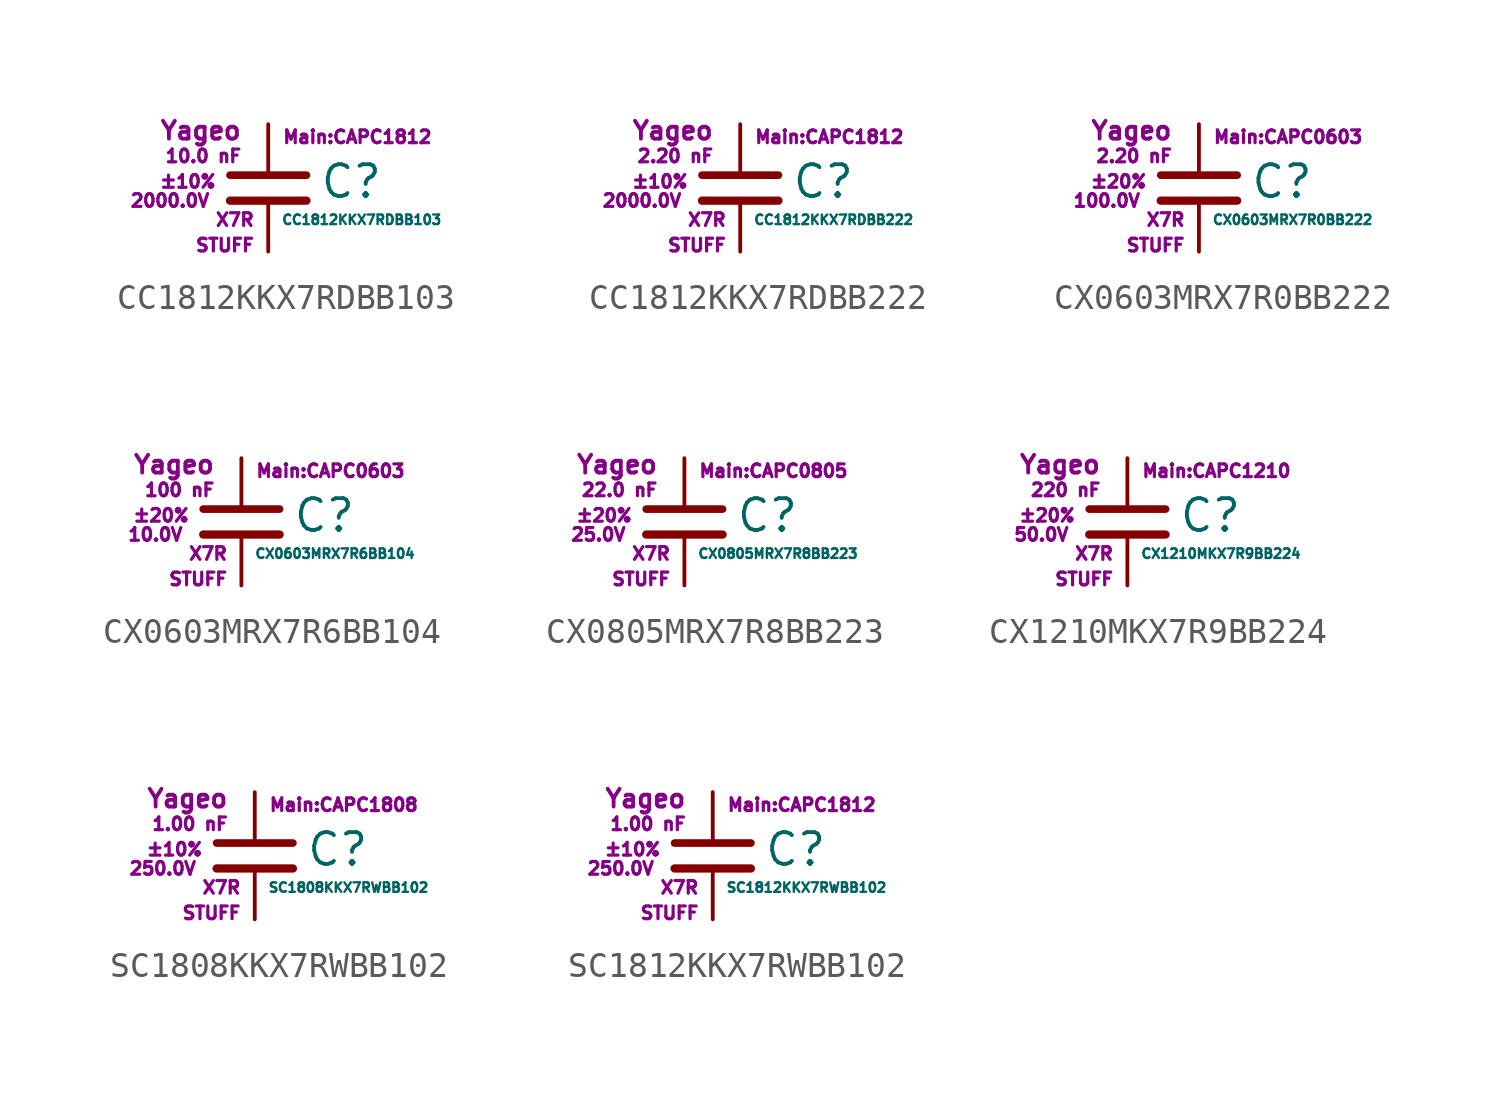
<source format=kicad_sym>
(kicad_symbol_lib
  (version 20211014)
  (generator kicad_symbol_editor)
  (symbol "CC1812KKX7RDBB103"
    (pin_numbers hide)
    (pin_names
      (offset 0.254) hide)
    (property "Reference" "C"
      (at 2.032 0.254 0)
      (effects (font (size 1.27 1.27)) (justify left)))
    (property "Value" "CC1812KKX7RDBB103"
      (at 0.508 -1.27 0)
      (effects (font (size 0.381 0.381)) (justify left)))
    (property "Footprint" "Main:CAPC1812"
      (at 3.556 2.032 0)
      (effects (font (size 0.508 0.508))))
    (property "Datasheet" ""
      (at 0.762 0.508 0)
      (effects (font (size 1.27 1.27))))
    (property "Manufacturer" "Yageo"
      (at -1.016 2.286 0)
      (effects (font (size 0.711 0.711)) (justify right)))
    (property "SKU" "STUFF"
      (at -0.508 -2.286 0)
      (effects (font (size 0.508 0.508)) (justify right)))
    (property "C" "10.0 nF"
      (at -1.016 1.27 0)
      (effects (font (size 0.508 0.508)) (justify right)))
    (property "Tol" "±10%"
      (at -2.032 0.254 0)
      (effects (font (size 0.508 0.508)) (justify right)))
    (property "Vmax" "2000.0V"
      (at -2.286 -0.508 0)
      (effects (font (size 0.508 0.508)) (justify right)))
    (property "Type" "X7R"
      (at -0.508 -1.27 0)
      (effects (font (size 0.508 0.508)) (justify right)))
    (symbol "CC1812KKX7RDBB103_0_1"
      (polyline (pts (xy -1.524 -0.508) (xy 1.524 -0.508)) (stroke (width 0.33) (type default) (color 0 0 0 0)) (fill (type none)))
      (polyline (pts (xy -1.524 0.508) (xy 1.524 0.508)) (stroke (width 0.305) (type default) (color 0 0 0 0)) (fill (type none))))
    (symbol "CC1812KKX7RDBB103_1_1"
      (pin passive line (at 0 2.54 270) (length 1.905) (name "~" (effects (font (size 1.016 1.016)))) (number "1" (effects (font (size 1.016 1.016)))))
      (pin passive line (at 0 -2.54 90) (length 2.032) (name "~" (effects (font (size 1.016 1.016)))) (number "2" (effects (font (size 1.016 1.016)))))))
  (symbol "CC1812KKX7RDBB222"
    (pin_numbers hide)
    (pin_names
      (offset 0.254) hide)
    (property "Reference" "C"
      (at 2.032 0.254 0)
      (effects (font (size 1.27 1.27)) (justify left)))
    (property "Value" "CC1812KKX7RDBB222"
      (at 0.508 -1.27 0)
      (effects (font (size 0.381 0.381)) (justify left)))
    (property "Footprint" "Main:CAPC1812"
      (at 3.556 2.032 0)
      (effects (font (size 0.508 0.508))))
    (property "Datasheet" ""
      (at 0.762 0.508 0)
      (effects (font (size 1.27 1.27))))
    (property "Manufacturer" "Yageo"
      (at -1.016 2.286 0)
      (effects (font (size 0.711 0.711)) (justify right)))
    (property "SKU" "STUFF"
      (at -0.508 -2.286 0)
      (effects (font (size 0.508 0.508)) (justify right)))
    (property "C" "2.20 nF"
      (at -1.016 1.27 0)
      (effects (font (size 0.508 0.508)) (justify right)))
    (property "Tol" "±10%"
      (at -2.032 0.254 0)
      (effects (font (size 0.508 0.508)) (justify right)))
    (property "Vmax" "2000.0V"
      (at -2.286 -0.508 0)
      (effects (font (size 0.508 0.508)) (justify right)))
    (property "Type" "X7R"
      (at -0.508 -1.27 0)
      (effects (font (size 0.508 0.508)) (justify right)))
    (symbol "CC1812KKX7RDBB222_0_1"
      (polyline (pts (xy -1.524 -0.508) (xy 1.524 -0.508)) (stroke (width 0.33) (type default) (color 0 0 0 0)) (fill (type none)))
      (polyline (pts (xy -1.524 0.508) (xy 1.524 0.508)) (stroke (width 0.305) (type default) (color 0 0 0 0)) (fill (type none))))
    (symbol "CC1812KKX7RDBB222_1_1"
      (pin passive line (at 0 2.54 270) (length 1.905) (name "~" (effects (font (size 1.016 1.016)))) (number "1" (effects (font (size 1.016 1.016)))))
      (pin passive line (at 0 -2.54 90) (length 2.032) (name "~" (effects (font (size 1.016 1.016)))) (number "2" (effects (font (size 1.016 1.016)))))))
  (symbol "CX0603MRX7R0BB222"
    (pin_numbers hide)
    (pin_names
      (offset 0.254) hide)
    (property "Reference" "C"
      (at 2.032 0.254 0)
      (effects (font (size 1.27 1.27)) (justify left)))
    (property "Value" "CX0603MRX7R0BB222"
      (at 0.508 -1.27 0)
      (effects (font (size 0.381 0.381)) (justify left)))
    (property "Footprint" "Main:CAPC0603"
      (at 3.556 2.032 0)
      (effects (font (size 0.508 0.508))))
    (property "Datasheet" ""
      (at 0.762 0.508 0)
      (effects (font (size 1.27 1.27))))
    (property "Manufacturer" "Yageo"
      (at -1.016 2.286 0)
      (effects (font (size 0.711 0.711)) (justify right)))
    (property "SKU" "STUFF"
      (at -0.508 -2.286 0)
      (effects (font (size 0.508 0.508)) (justify right)))
    (property "C" "2.20 nF"
      (at -1.016 1.27 0)
      (effects (font (size 0.508 0.508)) (justify right)))
    (property "Tol" "±20%"
      (at -2.032 0.254 0)
      (effects (font (size 0.508 0.508)) (justify right)))
    (property "Vmax" "100.0V"
      (at -2.286 -0.508 0)
      (effects (font (size 0.508 0.508)) (justify right)))
    (property "Type" "X7R"
      (at -0.508 -1.27 0)
      (effects (font (size 0.508 0.508)) (justify right)))
    (symbol "CX0603MRX7R0BB222_0_1"
      (polyline (pts (xy -1.524 -0.508) (xy 1.524 -0.508)) (stroke (width 0.33) (type default) (color 0 0 0 0)) (fill (type none)))
      (polyline (pts (xy -1.524 0.508) (xy 1.524 0.508)) (stroke (width 0.305) (type default) (color 0 0 0 0)) (fill (type none))))
    (symbol "CX0603MRX7R0BB222_1_1"
      (pin passive line (at 0 2.54 270) (length 1.905) (name "~" (effects (font (size 1.016 1.016)))) (number "1" (effects (font (size 1.016 1.016)))))
      (pin passive line (at 0 -2.54 90) (length 2.032) (name "~" (effects (font (size 1.016 1.016)))) (number "2" (effects (font (size 1.016 1.016)))))))
  (symbol "CX0603MRX7R6BB104"
    (pin_numbers hide)
    (pin_names
      (offset 0.254) hide)
    (property "Reference" "C"
      (at 2.032 0.254 0)
      (effects (font (size 1.27 1.27)) (justify left)))
    (property "Value" "CX0603MRX7R6BB104"
      (at 0.508 -1.27 0)
      (effects (font (size 0.381 0.381)) (justify left)))
    (property "Footprint" "Main:CAPC0603"
      (at 3.556 2.032 0)
      (effects (font (size 0.508 0.508))))
    (property "Datasheet" ""
      (at 0.762 0.508 0)
      (effects (font (size 1.27 1.27))))
    (property "Manufacturer" "Yageo"
      (at -1.016 2.286 0)
      (effects (font (size 0.711 0.711)) (justify right)))
    (property "SKU" "STUFF"
      (at -0.508 -2.286 0)
      (effects (font (size 0.508 0.508)) (justify right)))
    (property "C" "100 nF"
      (at -1.016 1.27 0)
      (effects (font (size 0.508 0.508)) (justify right)))
    (property "Tol" "±20%"
      (at -2.032 0.254 0)
      (effects (font (size 0.508 0.508)) (justify right)))
    (property "Vmax" "10.0V"
      (at -2.286 -0.508 0)
      (effects (font (size 0.508 0.508)) (justify right)))
    (property "Type" "X7R"
      (at -0.508 -1.27 0)
      (effects (font (size 0.508 0.508)) (justify right)))
    (symbol "CX0603MRX7R6BB104_0_1"
      (polyline (pts (xy -1.524 -0.508) (xy 1.524 -0.508)) (stroke (width 0.33) (type default) (color 0 0 0 0)) (fill (type none)))
      (polyline (pts (xy -1.524 0.508) (xy 1.524 0.508)) (stroke (width 0.305) (type default) (color 0 0 0 0)) (fill (type none))))
    (symbol "CX0603MRX7R6BB104_1_1"
      (pin passive line (at 0 2.54 270) (length 1.905) (name "~" (effects (font (size 1.016 1.016)))) (number "1" (effects (font (size 1.016 1.016)))))
      (pin passive line (at 0 -2.54 90) (length 2.032) (name "~" (effects (font (size 1.016 1.016)))) (number "2" (effects (font (size 1.016 1.016)))))))
  (symbol "CX0805MRX7R8BB223"
    (pin_numbers hide)
    (pin_names
      (offset 0.254) hide)
    (property "Reference" "C"
      (at 2.032 0.254 0)
      (effects (font (size 1.27 1.27)) (justify left)))
    (property "Value" "CX0805MRX7R8BB223"
      (at 0.508 -1.27 0)
      (effects (font (size 0.381 0.381)) (justify left)))
    (property "Footprint" "Main:CAPC0805"
      (at 3.556 2.032 0)
      (effects (font (size 0.508 0.508))))
    (property "Datasheet" ""
      (at 0.762 0.508 0)
      (effects (font (size 1.27 1.27))))
    (property "Manufacturer" "Yageo"
      (at -1.016 2.286 0)
      (effects (font (size 0.711 0.711)) (justify right)))
    (property "SKU" "STUFF"
      (at -0.508 -2.286 0)
      (effects (font (size 0.508 0.508)) (justify right)))
    (property "C" "22.0 nF"
      (at -1.016 1.27 0)
      (effects (font (size 0.508 0.508)) (justify right)))
    (property "Tol" "±20%"
      (at -2.032 0.254 0)
      (effects (font (size 0.508 0.508)) (justify right)))
    (property "Vmax" "25.0V"
      (at -2.286 -0.508 0)
      (effects (font (size 0.508 0.508)) (justify right)))
    (property "Type" "X7R"
      (at -0.508 -1.27 0)
      (effects (font (size 0.508 0.508)) (justify right)))
    (symbol "CX0805MRX7R8BB223_0_1"
      (polyline (pts (xy -1.524 -0.508) (xy 1.524 -0.508)) (stroke (width 0.33) (type default) (color 0 0 0 0)) (fill (type none)))
      (polyline (pts (xy -1.524 0.508) (xy 1.524 0.508)) (stroke (width 0.305) (type default) (color 0 0 0 0)) (fill (type none))))
    (symbol "CX0805MRX7R8BB223_1_1"
      (pin passive line (at 0 2.54 270) (length 1.905) (name "~" (effects (font (size 1.016 1.016)))) (number "1" (effects (font (size 1.016 1.016)))))
      (pin passive line (at 0 -2.54 90) (length 2.032) (name "~" (effects (font (size 1.016 1.016)))) (number "2" (effects (font (size 1.016 1.016)))))))
  (symbol "CX1210MKX7R9BB224"
    (pin_numbers hide)
    (pin_names
      (offset 0.254) hide)
    (property "Reference" "C"
      (at 2.032 0.254 0)
      (effects (font (size 1.27 1.27)) (justify left)))
    (property "Value" "CX1210MKX7R9BB224"
      (at 0.508 -1.27 0)
      (effects (font (size 0.381 0.381)) (justify left)))
    (property "Footprint" "Main:CAPC1210"
      (at 3.556 2.032 0)
      (effects (font (size 0.508 0.508))))
    (property "Datasheet" ""
      (at 0.762 0.508 0)
      (effects (font (size 1.27 1.27))))
    (property "Manufacturer" "Yageo"
      (at -1.016 2.286 0)
      (effects (font (size 0.711 0.711)) (justify right)))
    (property "SKU" "STUFF"
      (at -0.508 -2.286 0)
      (effects (font (size 0.508 0.508)) (justify right)))
    (property "C" "220 nF"
      (at -1.016 1.27 0)
      (effects (font (size 0.508 0.508)) (justify right)))
    (property "Tol" "±20%"
      (at -2.032 0.254 0)
      (effects (font (size 0.508 0.508)) (justify right)))
    (property "Vmax" "50.0V"
      (at -2.286 -0.508 0)
      (effects (font (size 0.508 0.508)) (justify right)))
    (property "Type" "X7R"
      (at -0.508 -1.27 0)
      (effects (font (size 0.508 0.508)) (justify right)))
    (symbol "CX1210MKX7R9BB224_0_1"
      (polyline (pts (xy -1.524 -0.508) (xy 1.524 -0.508)) (stroke (width 0.33) (type default) (color 0 0 0 0)) (fill (type none)))
      (polyline (pts (xy -1.524 0.508) (xy 1.524 0.508)) (stroke (width 0.305) (type default) (color 0 0 0 0)) (fill (type none))))
    (symbol "CX1210MKX7R9BB224_1_1"
      (pin passive line (at 0 2.54 270) (length 1.905) (name "~" (effects (font (size 1.016 1.016)))) (number "1" (effects (font (size 1.016 1.016)))))
      (pin passive line (at 0 -2.54 90) (length 2.032) (name "~" (effects (font (size 1.016 1.016)))) (number "2" (effects (font (size 1.016 1.016)))))))
  (symbol "SC1808KKX7RWBB102"
    (pin_numbers hide)
    (pin_names
      (offset 0.254) hide)
    (property "Reference" "C"
      (at 2.032 0.254 0)
      (effects (font (size 1.27 1.27)) (justify left)))
    (property "Value" "SC1808KKX7RWBB102"
      (at 0.508 -1.27 0)
      (effects (font (size 0.381 0.381)) (justify left)))
    (property "Footprint" "Main:CAPC1808"
      (at 3.556 2.032 0)
      (effects (font (size 0.508 0.508))))
    (property "Datasheet" ""
      (at 0.762 0.508 0)
      (effects (font (size 1.27 1.27))))
    (property "Manufacturer" "Yageo"
      (at -1.016 2.286 0)
      (effects (font (size 0.711 0.711)) (justify right)))
    (property "SKU" "STUFF"
      (at -0.508 -2.286 0)
      (effects (font (size 0.508 0.508)) (justify right)))
    (property "C" "1.00 nF"
      (at -1.016 1.27 0)
      (effects (font (size 0.508 0.508)) (justify right)))
    (property "Tol" "±10%"
      (at -2.032 0.254 0)
      (effects (font (size 0.508 0.508)) (justify right)))
    (property "Vmax" "250.0V"
      (at -2.286 -0.508 0)
      (effects (font (size 0.508 0.508)) (justify right)))
    (property "Type" "X7R"
      (at -0.508 -1.27 0)
      (effects (font (size 0.508 0.508)) (justify right)))
    (symbol "SC1808KKX7RWBB102_0_1"
      (polyline (pts (xy -1.524 -0.508) (xy 1.524 -0.508)) (stroke (width 0.33) (type default) (color 0 0 0 0)) (fill (type none)))
      (polyline (pts (xy -1.524 0.508) (xy 1.524 0.508)) (stroke (width 0.305) (type default) (color 0 0 0 0)) (fill (type none))))
    (symbol "SC1808KKX7RWBB102_1_1"
      (pin passive line (at 0 2.54 270) (length 1.905) (name "~" (effects (font (size 1.016 1.016)))) (number "1" (effects (font (size 1.016 1.016)))))
      (pin passive line (at 0 -2.54 90) (length 2.032) (name "~" (effects (font (size 1.016 1.016)))) (number "2" (effects (font (size 1.016 1.016)))))))
  (symbol "SC1812KKX7RWBB102"
    (pin_numbers hide)
    (pin_names
      (offset 0.254) hide)
    (property "Reference" "C"
      (at 2.032 0.254 0)
      (effects (font (size 1.27 1.27)) (justify left)))
    (property "Value" "SC1812KKX7RWBB102"
      (at 0.508 -1.27 0)
      (effects (font (size 0.381 0.381)) (justify left)))
    (property "Footprint" "Main:CAPC1812"
      (at 3.556 2.032 0)
      (effects (font (size 0.508 0.508))))
    (property "Datasheet" ""
      (at 0.762 0.508 0)
      (effects (font (size 1.27 1.27))))
    (property "Manufacturer" "Yageo"
      (at -1.016 2.286 0)
      (effects (font (size 0.711 0.711)) (justify right)))
    (property "SKU" "STUFF"
      (at -0.508 -2.286 0)
      (effects (font (size 0.508 0.508)) (justify right)))
    (property "C" "1.00 nF"
      (at -1.016 1.27 0)
      (effects (font (size 0.508 0.508)) (justify right)))
    (property "Tol" "±10%"
      (at -2.032 0.254 0)
      (effects (font (size 0.508 0.508)) (justify right)))
    (property "Vmax" "250.0V"
      (at -2.286 -0.508 0)
      (effects (font (size 0.508 0.508)) (justify right)))
    (property "Type" "X7R"
      (at -0.508 -1.27 0)
      (effects (font (size 0.508 0.508)) (justify right)))
    (symbol "SC1812KKX7RWBB102_0_1"
      (polyline (pts (xy -1.524 -0.508) (xy 1.524 -0.508)) (stroke (width 0.33) (type default) (color 0 0 0 0)) (fill (type none)))
      (polyline (pts (xy -1.524 0.508) (xy 1.524 0.508)) (stroke (width 0.305) (type default) (color 0 0 0 0)) (fill (type none))))
    (symbol "SC1812KKX7RWBB102_1_1"
      (pin passive line (at 0 2.54 270) (length 1.905) (name "~" (effects (font (size 1.016 1.016)))) (number "1" (effects (font (size 1.016 1.016)))))
      (pin passive line (at 0 -2.54 90) (length 2.032) (name "~" (effects (font (size 1.016 1.016)))) (number "2" (effects (font (size 1.016 1.016))))))))
</source>
